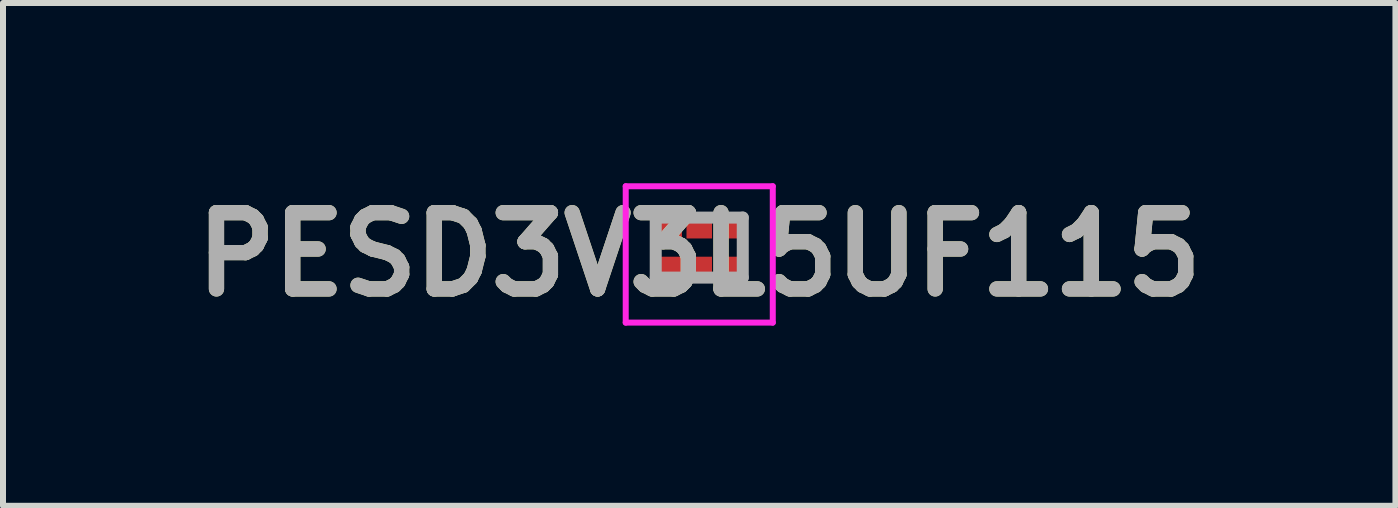
<source format=kicad_pcb>
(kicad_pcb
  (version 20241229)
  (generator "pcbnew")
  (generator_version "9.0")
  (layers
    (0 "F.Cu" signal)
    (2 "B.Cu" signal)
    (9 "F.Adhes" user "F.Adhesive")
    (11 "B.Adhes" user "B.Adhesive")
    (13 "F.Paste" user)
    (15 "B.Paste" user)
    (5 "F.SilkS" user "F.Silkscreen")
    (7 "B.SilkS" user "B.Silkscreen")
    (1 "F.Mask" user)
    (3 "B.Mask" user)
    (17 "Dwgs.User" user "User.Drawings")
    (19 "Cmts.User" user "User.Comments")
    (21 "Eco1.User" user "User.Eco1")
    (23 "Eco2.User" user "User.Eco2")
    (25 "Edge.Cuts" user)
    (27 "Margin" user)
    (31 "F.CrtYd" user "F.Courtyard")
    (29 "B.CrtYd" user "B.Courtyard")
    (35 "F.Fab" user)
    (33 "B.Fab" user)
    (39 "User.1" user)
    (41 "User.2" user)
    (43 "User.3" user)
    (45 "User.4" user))
  (footprint "PESD3V3L5UF115"
    (layer "F.Cu")
    (at 8.6 1.075)
    (property "Reference" "PESD3V3L5UF115" (at 0 0.114 0) (layer "F.SilkS") (effects (font (size 1.27 1.27) (thickness 0.254))))
    (attr smd)
    (fp_line (start -0.725 0) (end -0.725 -0.05) (stroke (width 0.1) (type solid)) (layer "F.SilkS"))
    (fp_line (start -0.725 0.05) (end -0.725 0) (stroke (width 0.1) (type solid)) (layer "F.SilkS"))
    (fp_line (start -0.5 0.7) (end -0.5 0.7) (stroke (width 0.05) (type solid)) (layer "F.SilkS"))
    (fp_line (start -0.5 0.75) (end -0.5 0.75) (stroke (width 0.05) (type solid)) (layer "F.SilkS"))
    (fp_line (start 0.725 0) (end 0.725 -0.05) (stroke (width 0.1) (type solid)) (layer "F.SilkS"))
    (fp_line (start 0.725 0.05) (end 0.725 0) (stroke (width 0.1) (type solid)) (layer "F.SilkS"))
    (fp_arc (start -0.5 0.7) (mid -0.475 0.725) (end -0.5 0.75) (stroke (width 0.05) (type solid)) (layer "F.SilkS"))
    (fp_arc (start -0.5 0.75) (mid -0.525 0.725) (end -0.5 0.7) (stroke (width 0.05) (type solid)) (layer "F.SilkS"))
    (fp_line (start -1.225 -1.022) (end 1.225 -1.022) (stroke (width 0.1) (type solid)) (layer "F.CrtYd"))
    (fp_line (start -1.225 1.25) (end -1.225 -1.022) (stroke (width 0.1) (type solid)) (layer "F.CrtYd"))
    (fp_line (start 1.225 -1.022) (end 1.225 1.25) (stroke (width 0.1) (type solid)) (layer "F.CrtYd"))
    (fp_line (start 1.225 1.25) (end -1.225 1.25) (stroke (width 0.1) (type solid)) (layer "F.CrtYd"))
    (fp_line (start -0.725 -0.5) (end 0.725 -0.5) (stroke (width 0.2) (type solid)) (layer "F.Fab"))
    (fp_line (start -0.725 0.5) (end -0.725 -0.5) (stroke (width 0.2) (type solid)) (layer "F.Fab"))
    (fp_line (start 0.725 -0.5) (end 0.725 0.5) (stroke (width 0.2) (type solid)) (layer "F.Fab"))
    (fp_line (start 0.725 0.5) (end -0.725 0.5) (stroke (width 0.2) (type solid)) (layer "F.Fab"))
    (fp_text user "${REFERENCE}" (at 0 0.114 0) (layer "F.Fab") (effects (font (size 1.27 1.27) (thickness 0.254))))
    (pad "1" smd rect (at -0.5 0.337 90) (size 0.37 0.425) (layers "F.Cu" "F.Mask" "F.Paste"))
    (pad "2" smd rect (at 0 0.337 90) (size 0.37 0.425) (layers "F.Cu" "F.Mask" "F.Paste"))
    (pad "3" smd rect (at 0.5 0.337 90) (size 0.37 0.425) (layers "F.Cu" "F.Mask" "F.Paste"))
    (pad "4" smd rect (at 0.5 -0.337 90) (size 0.37 0.425) (layers "F.Cu" "F.Mask" "F.Paste"))
    (pad "5" smd rect (at 0 -0.337 90) (size 0.37 0.425) (layers "F.Cu" "F.Mask" "F.Paste"))
    (pad "6" smd rect (at -0.5 -0.337 90) (size 0.37 0.425) (layers "F.Cu" "F.Mask" "F.Paste")))
  (gr_rect
    (start -3 -3)
    (end 20.199 5.377)
    (stroke (width 0.1) (type default))
    (fill no)
    (layer "Edge.Cuts")))
</source>
